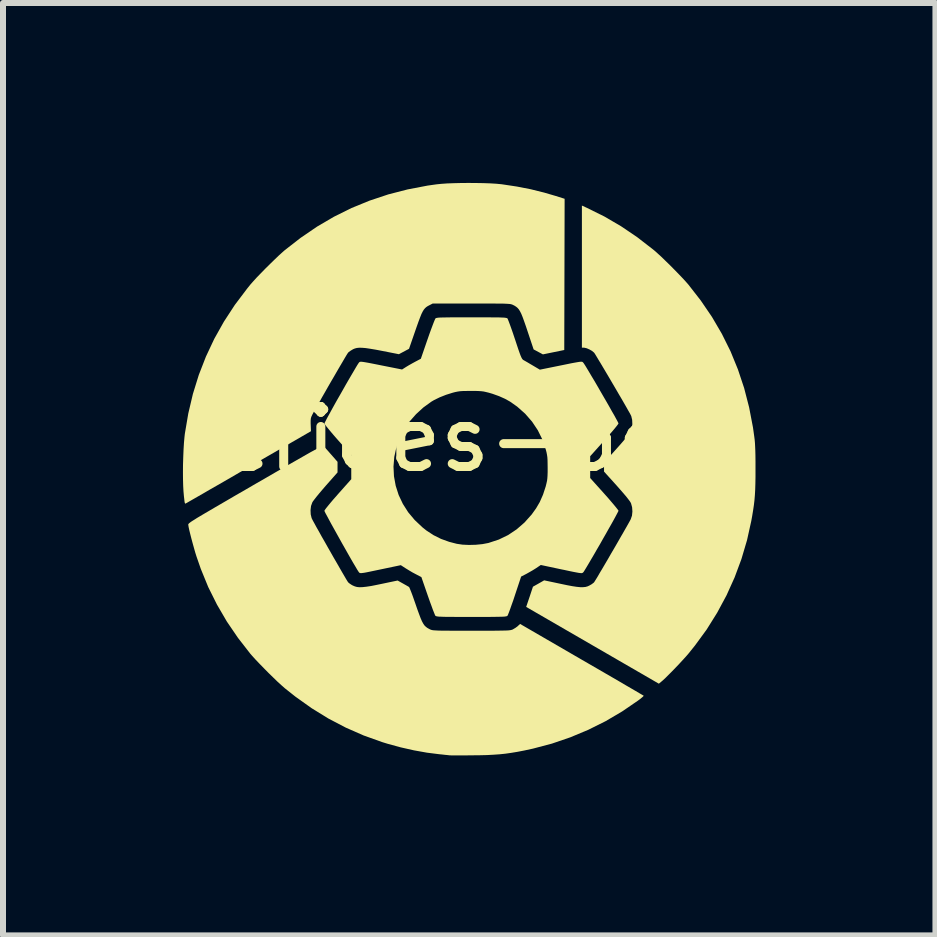
<source format=kicad_pcb>
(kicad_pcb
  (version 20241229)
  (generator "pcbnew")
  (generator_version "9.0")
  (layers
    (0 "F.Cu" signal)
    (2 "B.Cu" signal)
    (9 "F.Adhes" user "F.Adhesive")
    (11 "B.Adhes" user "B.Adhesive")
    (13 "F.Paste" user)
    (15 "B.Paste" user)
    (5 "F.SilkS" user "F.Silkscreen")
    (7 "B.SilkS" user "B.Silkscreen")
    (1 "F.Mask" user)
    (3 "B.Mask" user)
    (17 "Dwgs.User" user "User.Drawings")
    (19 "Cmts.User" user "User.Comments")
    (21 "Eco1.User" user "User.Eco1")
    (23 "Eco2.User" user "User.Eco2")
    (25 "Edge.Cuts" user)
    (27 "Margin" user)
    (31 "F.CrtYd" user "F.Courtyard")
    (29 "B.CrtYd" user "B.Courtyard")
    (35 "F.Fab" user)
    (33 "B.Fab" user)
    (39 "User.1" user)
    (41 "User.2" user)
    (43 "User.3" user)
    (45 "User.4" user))
  (footprint "crides-pos"
    (layer "F.Cu")
    (at 4.775 4.772)
    (property "Reference" "crides-pos" (at 0 -0.5 0) (unlocked yes) (layer "F.SilkS") (effects (font (size 1 1) (thickness 0.15))))
    (attr board_only exclude_from_pos_files exclude_from_bom)
    (fp_poly (pts (xy 1.959 -4.357) (xy 2.25 -4.213) (xy 2.529 -4.05) (xy 2.798 -3.868) (xy 3.06 -3.665) (xy 3.079 -3.65) (xy 3.132 -3.603) (xy 3.197 -3.544) (xy 3.269 -3.474) (xy 3.346 -3.399) (xy 3.423 -3.321) (xy 3.497 -3.245) (xy 3.564 -3.175) (xy 3.62 -3.113) (xy 3.65 -3.079) (xy 3.857 -2.813) (xy 4.044 -2.539) (xy 4.209 -2.257) (xy 4.354 -1.965) (xy 4.477 -1.664) (xy 4.581 -1.352) (xy 4.664 -1.03) (xy 4.728 -0.696) (xy 4.749 -0.547) (xy 4.756 -0.493) (xy 4.761 -0.438) (xy 4.764 -0.379) (xy 4.767 -0.31) (xy 4.769 -0.23) (xy 4.77 -0.134) (xy 4.77 -0.019) (xy 4.77 0) (xy 4.77 0.131) (xy 4.768 0.244) (xy 4.765 0.342) (xy 4.76 0.431) (xy 4.753 0.516) (xy 4.743 0.6) (xy 4.73 0.688) (xy 4.714 0.785) (xy 4.7 0.862) (xy 4.629 1.183) (xy 4.536 1.497) (xy 4.422 1.804) (xy 4.287 2.103) (xy 4.131 2.393) (xy 3.956 2.673) (xy 3.76 2.941) (xy 3.649 3.079) (xy 3.608 3.126) (xy 3.556 3.183) (xy 3.498 3.246) (xy 3.437 3.31) (xy 3.376 3.373) (xy 3.318 3.431) (xy 3.268 3.481) (xy 3.227 3.519) (xy 3.211 3.533) (xy 3.159 3.576) (xy 2.053 2.936) (xy 0.947 2.296) (xy 1.004 2.128) (xy 1.06 1.959) (xy 1.154 1.906) (xy 1.247 1.853) (xy 1.516 1.91) (xy 1.625 1.933) (xy 1.715 1.95) (xy 1.788 1.961) (xy 1.848 1.967) (xy 1.896 1.967) (xy 1.937 1.963) (xy 1.972 1.953) (xy 2 1.94) (xy 2.037 1.919) (xy 2.068 1.896) (xy 2.079 1.886) (xy 2.088 1.872) (xy 2.108 1.84) (xy 2.137 1.793) (xy 2.172 1.732) (xy 2.214 1.662) (xy 2.261 1.582) (xy 2.311 1.497) (xy 2.362 1.408) (xy 2.415 1.318) (xy 2.467 1.228) (xy 2.516 1.142) (xy 2.563 1.061) (xy 2.604 0.989) (xy 2.64 0.926) (xy 2.668 0.876) (xy 2.687 0.841) (xy 2.691 0.832) (xy 2.711 0.774) (xy 2.718 0.706) (xy 2.713 0.635) (xy 2.696 0.572) (xy 2.688 0.555) (xy 2.673 0.532) (xy 2.645 0.495) (xy 2.606 0.446) (xy 2.558 0.39) (xy 2.504 0.328) (xy 2.453 0.27) (xy 2.245 0.04) (xy 2.245 -0.109) (xy 2.453 -0.34) (xy 2.51 -0.404) (xy 2.563 -0.465) (xy 2.61 -0.521) (xy 2.648 -0.568) (xy 2.675 -0.604) (xy 2.688 -0.624) (xy 2.709 -0.683) (xy 2.717 -0.752) (xy 2.714 -0.822) (xy 2.699 -0.885) (xy 2.691 -0.901) (xy 2.677 -0.929) (xy 2.652 -0.972) (xy 2.62 -1.029) (xy 2.581 -1.097) (xy 2.536 -1.175) (xy 2.487 -1.258) (xy 2.436 -1.346) (xy 2.383 -1.436) (xy 2.331 -1.525) (xy 2.28 -1.611) (xy 2.232 -1.692) (xy 2.188 -1.766) (xy 2.149 -1.83) (xy 2.118 -1.882) (xy 2.095 -1.92) (xy 2.081 -1.94) (xy 2.079 -1.943) (xy 2.046 -1.971) (xy 2.002 -1.996) (xy 1.956 -2.016) (xy 1.917 -2.025) (xy 1.911 -2.026) (xy 1.876 -2.026) (xy 1.876 -4.395)) (stroke (width 0) (type solid)) (fill yes) (layer "F.SilkS"))
    (fp_poly (pts (xy 0.112 -4.771) (xy 0.234 -4.769) (xy 0.348 -4.765) (xy 0.448 -4.759) (xy 0.531 -4.751) (xy 0.547 -4.749) (xy 0.792 -4.712) (xy 1.023 -4.667) (xy 1.248 -4.611) (xy 1.436 -4.556) (xy 1.588 -4.508) (xy 1.585 -3.247) (xy 1.582 -1.987) (xy 1.226 -1.914) (xy 1.071 -1.997) (xy 0.977 -2.279) (xy 0.942 -2.384) (xy 0.912 -2.469) (xy 0.887 -2.538) (xy 0.865 -2.592) (xy 0.844 -2.633) (xy 0.824 -2.665) (xy 0.803 -2.689) (xy 0.78 -2.708) (xy 0.754 -2.725) (xy 0.728 -2.738) (xy 0.718 -2.743) (xy 0.706 -2.747) (xy 0.692 -2.751) (xy 0.674 -2.754) (xy 0.649 -2.756) (xy 0.616 -2.758) (xy 0.573 -2.76) (xy 0.517 -2.761) (xy 0.448 -2.761) (xy 0.363 -2.762) (xy 0.26 -2.762) (xy 0.137 -2.762) (xy 0.035 -2.762) (xy -0.611 -2.762) (xy -0.665 -2.734) (xy -0.694 -2.719) (xy -0.718 -2.703) (xy -0.739 -2.684) (xy -0.759 -2.66) (xy -0.778 -2.629) (xy -0.799 -2.587) (xy -0.821 -2.532) (xy -0.847 -2.463) (xy -0.878 -2.376) (xy -0.91 -2.284) (xy -1.006 -2.007) (xy -1.175 -1.917) (xy -1.454 -1.972) (xy -1.564 -1.993) (xy -1.654 -2.008) (xy -1.728 -2.019) (xy -1.787 -2.024) (xy -1.836 -2.025) (xy -1.876 -2.021) (xy -1.91 -2.012) (xy -1.941 -1.999) (xy -1.942 -1.998) (xy -1.979 -1.976) (xy -2.011 -1.953) (xy -2.021 -1.943) (xy -2.031 -1.929) (xy -2.051 -1.897) (xy -2.079 -1.85) (xy -2.114 -1.79) (xy -2.156 -1.719) (xy -2.202 -1.64) (xy -2.251 -1.555) (xy -2.303 -1.466) (xy -2.355 -1.376) (xy -2.406 -1.286) (xy -2.455 -1.201) (xy -2.5 -1.12) (xy -2.541 -1.048) (xy -2.576 -0.987) (xy -2.603 -0.938) (xy -2.621 -0.904) (xy -2.623 -0.899) (xy -2.636 -0.871) (xy -2.643 -0.844) (xy -2.646 -0.81) (xy -2.646 -0.762) (xy -2.645 -0.741) (xy -2.641 -0.633) (xy -3.687 -0.029) (xy -3.829 0.053) (xy -3.966 0.133) (xy -4.096 0.208) (xy -4.218 0.278) (xy -4.33 0.342) (xy -4.431 0.401) (xy -4.52 0.452) (xy -4.595 0.495) (xy -4.656 0.53) (xy -4.701 0.556) (xy -4.728 0.571) (xy -4.736 0.575) (xy -4.742 0.566) (xy -4.746 0.555) (xy -4.749 0.537) (xy -4.753 0.5) (xy -4.759 0.45) (xy -4.764 0.392) (xy -4.766 0.371) (xy -4.771 0.279) (xy -4.774 0.171) (xy -4.775 0.05) (xy -4.774 -0.076) (xy -4.77 -0.204) (xy -4.765 -0.327) (xy -4.758 -0.441) (xy -4.749 -0.541) (xy -4.743 -0.593) (xy -4.686 -0.929) (xy -4.609 -1.255) (xy -4.511 -1.571) (xy -4.392 -1.877) (xy -4.253 -2.173) (xy -4.092 -2.46) (xy -3.91 -2.739) (xy -3.707 -3.008) (xy -3.65 -3.079) (xy -3.603 -3.132) (xy -3.544 -3.197) (xy -3.474 -3.269) (xy -3.399 -3.346) (xy -3.321 -3.423) (xy -3.245 -3.497) (xy -3.175 -3.564) (xy -3.113 -3.62) (xy -3.079 -3.65) (xy -2.813 -3.857) (xy -2.539 -4.044) (xy -2.257 -4.209) (xy -1.965 -4.354) (xy -1.664 -4.477) (xy -1.352 -4.581) (xy -1.03 -4.664) (xy -0.696 -4.728) (xy -0.547 -4.749) (xy -0.468 -4.757) (xy -0.371 -4.764) (xy -0.26 -4.768) (xy -0.139 -4.771) (xy -0.014 -4.772)) (stroke (width 0) (type solid)) (fill yes) (layer "F.SilkS"))
    (fp_poly (pts (xy -2.432 -0.386) (xy -2.428 -0.384) (xy -2.427 -0.383) (xy -2.413 -0.367) (xy -2.386 -0.337) (xy -2.352 -0.299) (xy -2.313 -0.254) (xy -2.303 -0.243) (xy -2.198 -0.123) (xy -2.198 0.054) (xy -2.395 0.277) (xy -2.45 0.341) (xy -2.502 0.402) (xy -2.547 0.457) (xy -2.583 0.503) (xy -2.609 0.538) (xy -2.619 0.555) (xy -2.64 0.614) (xy -2.648 0.683) (xy -2.645 0.753) (xy -2.63 0.815) (xy -2.622 0.832) (xy -2.606 0.863) (xy -2.58 0.91) (xy -2.547 0.971) (xy -2.507 1.041) (xy -2.463 1.121) (xy -2.414 1.206) (xy -2.364 1.295) (xy -2.312 1.386) (xy -2.261 1.476) (xy -2.211 1.562) (xy -2.164 1.644) (xy -2.122 1.717) (xy -2.085 1.78) (xy -2.056 1.83) (xy -2.034 1.866) (xy -2.022 1.884) (xy -2.021 1.886) (xy -1.996 1.907) (xy -1.961 1.93) (xy -1.942 1.94) (xy -1.909 1.954) (xy -1.873 1.964) (xy -1.83 1.968) (xy -1.778 1.966) (xy -1.714 1.959) (xy -1.635 1.947) (xy -1.54 1.928) (xy -1.458 1.911) (xy -1.196 1.856) (xy -1.107 1.906) (xy -1.066 1.929) (xy -1.031 1.949) (xy -1.009 1.962) (xy -1.005 1.965) (xy -0.998 1.978) (xy -0.985 2.009) (xy -0.966 2.057) (xy -0.944 2.116) (xy -0.92 2.185) (xy -0.903 2.233) (xy -0.868 2.335) (xy -0.838 2.417) (xy -0.813 2.483) (xy -0.791 2.534) (xy -0.77 2.573) (xy -0.75 2.603) (xy -0.728 2.625) (xy -0.704 2.644) (xy -0.676 2.66) (xy -0.659 2.669) (xy -0.648 2.674) (xy -0.637 2.678) (xy -0.623 2.682) (xy -0.605 2.685) (xy -0.58 2.687) (xy -0.547 2.689) (xy -0.504 2.691) (xy -0.448 2.692) (xy -0.379 2.692) (xy -0.294 2.693) (xy -0.191 2.693) (xy -0.068 2.693) (xy 0.035 2.693) (xy 0.173 2.693) (xy 0.29 2.693) (xy 0.388 2.693) (xy 0.468 2.692) (xy 0.534 2.691) (xy 0.585 2.69) (xy 0.626 2.689) (xy 0.656 2.687) (xy 0.679 2.684) (xy 0.696 2.681) (xy 0.709 2.677) (xy 0.721 2.673) (xy 0.728 2.669) (xy 0.767 2.646) (xy 0.804 2.619) (xy 0.811 2.612) (xy 0.846 2.58) (xy 1.872 3.175) (xy 2.014 3.257) (xy 2.149 3.335) (xy 2.278 3.41) (xy 2.399 3.48) (xy 2.509 3.544) (xy 2.609 3.603) (xy 2.697 3.654) (xy 2.771 3.697) (xy 2.83 3.732) (xy 2.873 3.757) (xy 2.899 3.772) (xy 2.906 3.776) (xy 2.9 3.786) (xy 2.879 3.805) (xy 2.846 3.832) (xy 2.811 3.858) (xy 2.548 4.038) (xy 2.271 4.201) (xy 1.982 4.345) (xy 1.683 4.47) (xy 1.376 4.575) (xy 1.062 4.658) (xy 0.915 4.69) (xy 0.801 4.712) (xy 0.698 4.729) (xy 0.6 4.743) (xy 0.504 4.753) (xy 0.403 4.76) (xy 0.293 4.766) (xy 0.169 4.769) (xy 0.058 4.77) (xy -0.033 4.771) (xy -0.118 4.772) (xy -0.193 4.772) (xy -0.256 4.771) (xy -0.304 4.771) (xy -0.333 4.77) (xy -0.34 4.769) (xy -0.365 4.766) (xy -0.407 4.762) (xy -0.459 4.756) (xy -0.501 4.752) (xy -0.707 4.726) (xy -0.925 4.687) (xy -1.146 4.637) (xy -1.362 4.578) (xy -1.453 4.55) (xy -1.763 4.439) (xy -2.061 4.308) (xy -2.35 4.157) (xy -2.629 3.985) (xy -2.9 3.792) (xy -3.079 3.65) (xy -3.132 3.603) (xy -3.197 3.544) (xy -3.269 3.474) (xy -3.346 3.399) (xy -3.423 3.321) (xy -3.497 3.245) (xy -3.564 3.175) (xy -3.62 3.113) (xy -3.65 3.079) (xy -3.857 2.813) (xy -4.043 2.54) (xy -4.208 2.257) (xy -4.353 1.966) (xy -4.477 1.663) (xy -4.55 1.453) (xy -4.571 1.386) (xy -4.592 1.311) (xy -4.614 1.232) (xy -4.635 1.154) (xy -4.654 1.079) (xy -4.67 1.014) (xy -4.681 0.962) (xy -4.686 0.928) (xy -4.687 0.923) (xy -4.685 0.917) (xy -4.681 0.911) (xy -4.673 0.902) (xy -4.66 0.892) (xy -4.642 0.878) (xy -4.616 0.861) (xy -4.582 0.84) (xy -4.54 0.813) (xy -4.486 0.781) (xy -4.422 0.743) (xy -4.345 0.698) (xy -4.255 0.645) (xy -4.15 0.584) (xy -4.03 0.514) (xy -3.893 0.434) (xy -3.738 0.345) (xy -3.568 0.246) (xy -3.394 0.146) (xy -3.239 0.056) (xy -3.102 -0.023) (xy -2.982 -0.092) (xy -2.877 -0.152) (xy -2.786 -0.204) (xy -2.709 -0.248) (xy -2.644 -0.285) (xy -2.59 -0.314) (xy -2.546 -0.338) (xy -2.511 -0.356) (xy -2.484 -0.37) (xy -2.464 -0.379) (xy -2.449 -0.384) (xy -2.439 -0.386)) (stroke (width 0) (type solid)) (fill yes) (layer "F.SilkS"))
    (fp_poly (pts (xy 0.166 -2.532) (xy 0.276 -2.532) (xy 0.367 -2.531) (xy 0.441 -2.531) (xy 0.499 -2.53) (xy 0.544 -2.528) (xy 0.578 -2.527) (xy 0.601 -2.524) (xy 0.617 -2.521) (xy 0.627 -2.518) (xy 0.634 -2.514) (xy 0.636 -2.512) (xy 0.643 -2.496) (xy 0.657 -2.461) (xy 0.676 -2.41) (xy 0.699 -2.346) (xy 0.725 -2.272) (xy 0.752 -2.191) (xy 0.761 -2.165) (xy 0.792 -2.071) (xy 0.817 -1.996) (xy 0.837 -1.939) (xy 0.853 -1.896) (xy 0.866 -1.866) (xy 0.877 -1.845) (xy 0.887 -1.831) (xy 0.896 -1.823) (xy 0.902 -1.819) (xy 0.925 -1.806) (xy 0.962 -1.785) (xy 1.009 -1.757) (xy 1.055 -1.73) (xy 1.175 -1.659) (xy 1.525 -1.73) (xy 1.623 -1.75) (xy 1.701 -1.766) (xy 1.761 -1.777) (xy 1.807 -1.785) (xy 1.839 -1.79) (xy 1.862 -1.792) (xy 1.876 -1.791) (xy 1.886 -1.788) (xy 1.893 -1.782) (xy 1.897 -1.778) (xy 1.909 -1.762) (xy 1.93 -1.73) (xy 1.959 -1.682) (xy 1.995 -1.622) (xy 2.037 -1.551) (xy 2.084 -1.473) (xy 2.133 -1.389) (xy 2.183 -1.302) (xy 2.234 -1.214) (xy 2.284 -1.128) (xy 2.331 -1.046) (xy 2.374 -0.969) (xy 2.413 -0.902) (xy 2.444 -0.845) (xy 2.468 -0.801) (xy 2.482 -0.773) (xy 2.486 -0.763) (xy 2.478 -0.749) (xy 2.457 -0.721) (xy 2.425 -0.681) (xy 2.382 -0.63) (xy 2.331 -0.571) (xy 2.274 -0.507) (xy 2.25 -0.479) (xy 2.014 -0.216) (xy 2.014 0.147) (xy 2.25 0.41) (xy 2.309 0.476) (xy 2.362 0.538) (xy 2.408 0.592) (xy 2.445 0.637) (xy 2.471 0.67) (xy 2.485 0.69) (xy 2.486 0.694) (xy 2.48 0.707) (xy 2.464 0.738) (xy 2.439 0.785) (xy 2.407 0.844) (xy 2.368 0.914) (xy 2.324 0.991) (xy 2.277 1.075) (xy 2.227 1.162) (xy 2.177 1.251) (xy 2.126 1.338) (xy 2.078 1.422) (xy 2.032 1.5) (xy 1.991 1.57) (xy 1.956 1.629) (xy 1.928 1.675) (xy 1.908 1.707) (xy 1.898 1.72) (xy 1.891 1.726) (xy 1.883 1.73) (xy 1.872 1.733) (xy 1.853 1.732) (xy 1.826 1.729) (xy 1.788 1.722) (xy 1.735 1.712) (xy 1.667 1.698) (xy 1.579 1.679) (xy 1.534 1.67) (xy 1.191 1.597) (xy 1.111 1.651) (xy 1.058 1.684) (xy 0.999 1.718) (xy 0.947 1.747) (xy 0.863 1.79) (xy 0.758 2.106) (xy 0.731 2.188) (xy 0.704 2.263) (xy 0.681 2.329) (xy 0.661 2.383) (xy 0.646 2.421) (xy 0.637 2.441) (xy 0.635 2.443) (xy 0.63 2.447) (xy 0.622 2.451) (xy 0.608 2.454) (xy 0.588 2.457) (xy 0.559 2.459) (xy 0.518 2.46) (xy 0.466 2.461) (xy 0.398 2.462) (xy 0.314 2.463) (xy 0.211 2.463) (xy 0.089 2.463) (xy 0.035 2.463) (xy -0.097 2.463) (xy -0.207 2.463) (xy -0.298 2.462) (xy -0.372 2.462) (xy -0.43 2.461) (xy -0.475 2.459) (xy -0.509 2.458) (xy -0.532 2.455) (xy -0.548 2.452) (xy -0.558 2.449) (xy -0.565 2.445) (xy -0.567 2.443) (xy -0.575 2.427) (xy -0.589 2.392) (xy -0.609 2.342) (xy -0.632 2.278) (xy -0.659 2.205) (xy -0.687 2.125) (xy -0.692 2.111) (xy -0.8 1.799) (xy -0.892 1.751) (xy -0.947 1.722) (xy -1.006 1.687) (xy -1.058 1.655) (xy -1.063 1.652) (xy -1.143 1.6) (xy -1.481 1.671) (xy -1.577 1.691) (xy -1.653 1.707) (xy -1.712 1.719) (xy -1.755 1.727) (xy -1.787 1.731) (xy -1.808 1.733) (xy -1.822 1.731) (xy -1.831 1.728) (xy -1.838 1.722) (xy -1.84 1.72) (xy -1.851 1.704) (xy -1.872 1.671) (xy -1.9 1.623) (xy -1.936 1.563) (xy -1.977 1.492) (xy -2.022 1.413) (xy -2.07 1.328) (xy -2.12 1.24) (xy -2.169 1.152) (xy -2.218 1.064) (xy -2.264 0.981) (xy -2.307 0.904) (xy -2.344 0.835) (xy -2.375 0.777) (xy -2.399 0.733) (xy -2.413 0.704) (xy -2.417 0.693) (xy -2.409 0.679) (xy -2.389 0.651) (xy -2.356 0.61) (xy -2.314 0.559) (xy -2.264 0.5) (xy -2.208 0.437) (xy -2.193 0.419) (xy -1.969 0.167) (xy -1.969 -0.043) (xy -1.265 -0.043) (xy -1.257 0.119) (xy -1.228 0.277) (xy -1.179 0.43) (xy -1.109 0.578) (xy -1.02 0.718) (xy -0.911 0.848) (xy -0.784 0.968) (xy -0.715 1.023) (xy -0.597 1.1) (xy -0.473 1.162) (xy -0.337 1.211) (xy -0.21 1.244) (xy -0.115 1.258) (xy -0.007 1.263) (xy 0.107 1.26) (xy 0.218 1.249) (xy 0.318 1.23) (xy 0.324 1.228) (xy 0.491 1.173) (xy 0.646 1.098) (xy 0.788 1.003) (xy 0.919 0.889) (xy 1.038 0.756) (xy 1.112 0.653) (xy 1.174 0.547) (xy 1.228 0.424) (xy 1.272 0.29) (xy 1.275 0.278) (xy 1.286 0.233) (xy 1.295 0.193) (xy 1.3 0.152) (xy 1.303 0.106) (xy 1.305 0.047) (xy 1.305 -0.023) (xy 1.304 -0.098) (xy 1.303 -0.155) (xy 1.3 -0.201) (xy 1.294 -0.241) (xy 1.286 -0.282) (xy 1.275 -0.324) (xy 1.218 -0.493) (xy 1.141 -0.649) (xy 1.045 -0.793) (xy 0.93 -0.925) (xy 0.797 -1.043) (xy 0.679 -1.126) (xy 0.595 -1.173) (xy 0.494 -1.218) (xy 0.385 -1.257) (xy 0.324 -1.275) (xy 0.279 -1.286) (xy 0.239 -1.295) (xy 0.198 -1.3) (xy 0.152 -1.303) (xy 0.093 -1.305) (xy 0.023 -1.305) (xy -0.052 -1.304) (xy -0.109 -1.303) (xy -0.155 -1.3) (xy -0.195 -1.294) (xy -0.236 -1.286) (xy -0.278 -1.275) (xy -0.389 -1.24) (xy -0.495 -1.198) (xy -0.589 -1.152) (xy -0.633 -1.126) (xy -0.767 -1.029) (xy -0.889 -0.917) (xy -0.997 -0.795) (xy -1.088 -0.665) (xy -1.158 -0.53) (xy -1.158 -0.529) (xy -1.216 -0.368) (xy -1.252 -0.205) (xy -1.265 -0.043) (xy -1.969 -0.043) (xy -1.969 -0.236) (xy -2.193 -0.488) (xy -2.25 -0.553) (xy -2.302 -0.614) (xy -2.346 -0.667) (xy -2.381 -0.71) (xy -2.405 -0.742) (xy -2.416 -0.76) (xy -2.417 -0.762) (xy -2.411 -0.776) (xy -2.395 -0.807) (xy -2.371 -0.854) (xy -2.338 -0.913) (xy -2.3 -0.983) (xy -2.257 -1.061) (xy -2.21 -1.145) (xy -2.16 -1.232) (xy -2.11 -1.32) (xy -2.061 -1.407) (xy -2.013 -1.49) (xy -1.968 -1.567) (xy -1.928 -1.635) (xy -1.894 -1.693) (xy -1.867 -1.738) (xy -1.848 -1.767) (xy -1.84 -1.778) (xy -1.834 -1.784) (xy -1.826 -1.789) (xy -1.814 -1.791) (xy -1.797 -1.791) (xy -1.77 -1.788) (xy -1.733 -1.782) (xy -1.682 -1.773) (xy -1.615 -1.76) (xy -1.529 -1.743) (xy -1.47 -1.731) (xy -1.122 -1.662) (xy -1.053 -1.706) (xy -1.008 -1.733) (xy -0.953 -1.764) (xy -0.9 -1.793) (xy -0.896 -1.795) (xy -0.809 -1.841) (xy -0.697 -2.166) (xy -0.668 -2.249) (xy -0.64 -2.326) (xy -0.615 -2.393) (xy -0.594 -2.448) (xy -0.578 -2.487) (xy -0.568 -2.509) (xy -0.567 -2.512) (xy -0.561 -2.516) (xy -0.553 -2.52) (xy -0.539 -2.523) (xy -0.519 -2.526) (xy -0.489 -2.528) (xy -0.449 -2.529) (xy -0.396 -2.53) (xy -0.329 -2.531) (xy -0.245 -2.532) (xy -0.142 -2.532) (xy -0.019 -2.532) (xy 0.035 -2.532)) (stroke (width 0) (type solid)) (fill yes) (layer "F.SilkS")))
  (gr_rect
    (start -3 -3)
    (end 12.545 12.544)
    (stroke (width 0.1) (type default))
    (fill no)
    (layer "Edge.Cuts")))
</source>
